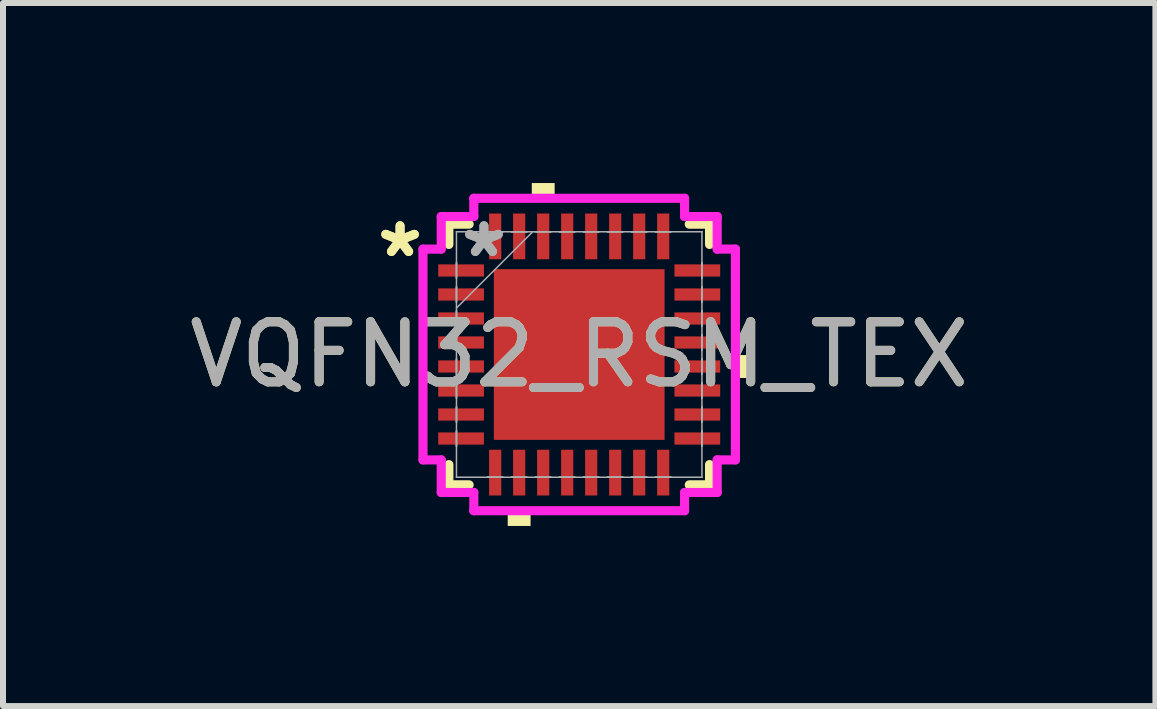
<source format=kicad_pcb>
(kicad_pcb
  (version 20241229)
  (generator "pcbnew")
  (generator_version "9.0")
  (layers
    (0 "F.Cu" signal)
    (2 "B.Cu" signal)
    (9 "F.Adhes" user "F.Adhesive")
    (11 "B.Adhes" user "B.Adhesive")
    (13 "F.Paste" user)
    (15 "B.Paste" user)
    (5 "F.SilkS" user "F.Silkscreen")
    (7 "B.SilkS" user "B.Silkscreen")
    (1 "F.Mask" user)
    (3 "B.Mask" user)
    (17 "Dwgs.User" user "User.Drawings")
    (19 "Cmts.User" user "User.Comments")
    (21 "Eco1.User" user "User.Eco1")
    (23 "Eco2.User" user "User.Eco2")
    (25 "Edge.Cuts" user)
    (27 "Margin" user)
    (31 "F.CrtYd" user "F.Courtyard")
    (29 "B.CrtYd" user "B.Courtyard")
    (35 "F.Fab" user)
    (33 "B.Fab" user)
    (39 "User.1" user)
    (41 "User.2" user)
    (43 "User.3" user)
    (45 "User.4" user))
  (footprint "VQFN32_RSM_TEX"
    (layer "F.Cu")
    (at 6.601 2.857)
    (property "Reference" "VQFN32_RSM_TEX" (at 0 0 0) (unlocked yes) (layer "F.SilkS") (effects (font (size 1 1) (thickness 0.15))))
    (attr smd)
    (fp_line (start -2.172 -2.172) (end -2.172 -1.834) (stroke (width 0.152) (type solid)) (layer "F.SilkS"))
    (fp_line (start -2.172 1.834) (end -2.172 2.172) (stroke (width 0.152) (type solid)) (layer "F.SilkS"))
    (fp_line (start -2.172 2.172) (end -1.834 2.172) (stroke (width 0.152) (type solid)) (layer "F.SilkS"))
    (fp_line (start -1.834 -2.172) (end -2.172 -2.172) (stroke (width 0.152) (type solid)) (layer "F.SilkS"))
    (fp_line (start 1.834 2.172) (end 2.172 2.172) (stroke (width 0.152) (type solid)) (layer "F.SilkS"))
    (fp_line (start 2.172 -2.172) (end 1.834 -2.172) (stroke (width 0.152) (type solid)) (layer "F.SilkS"))
    (fp_line (start 2.172 -1.834) (end 2.172 -2.172) (stroke (width 0.152) (type solid)) (layer "F.SilkS"))
    (fp_line (start 2.172 2.172) (end 2.172 1.834) (stroke (width 0.152) (type solid)) (layer "F.SilkS"))
    (fp_poly (pts (xy -1.191 2.603) (xy -1.191 2.857) (xy -0.81 2.857) (xy -0.81 2.603)) (stroke (width 0) (type solid)) (fill yes) (layer "F.SilkS"))
    (fp_poly (pts (xy -0.79 -2.603) (xy -0.79 -2.857) (xy -0.409 -2.857) (xy -0.409 -2.603)) (stroke (width 0) (type solid)) (fill yes) (layer "F.SilkS"))
    (fp_poly (pts (xy 2.857 0.009) (xy 2.857 0.391) (xy 2.603 0.391) (xy 2.603 0.009)) (stroke (width 0) (type solid)) (fill yes) (layer "F.SilkS"))
    (fp_poly (pts (xy -1.322 -1.322) (xy -1.322 -0.1) (xy -0.1 -0.1) (xy -0.1 -1.322)) (stroke (width 0) (type solid)) (fill yes) (layer "F.Paste"))
    (fp_poly (pts (xy -1.322 0.1) (xy -1.322 1.322) (xy -0.1 1.322) (xy -0.1 0.1)) (stroke (width 0) (type solid)) (fill yes) (layer "F.Paste"))
    (fp_poly (pts (xy 0.1 -1.322) (xy 0.1 -0.1) (xy 1.322 -0.1) (xy 1.322 -1.322)) (stroke (width 0) (type solid)) (fill yes) (layer "F.Paste"))
    (fp_poly (pts (xy 0.1 0.1) (xy 0.1 1.322) (xy 1.322 1.322) (xy 1.322 0.1)) (stroke (width 0) (type solid)) (fill yes) (layer "F.Paste"))
    (fp_line (start -2.603 -1.756) (end -2.299 -1.756) (stroke (width 0.152) (type solid)) (layer "F.CrtYd"))
    (fp_line (start -2.603 1.756) (end -2.603 -1.756) (stroke (width 0.152) (type solid)) (layer "F.CrtYd"))
    (fp_line (start -2.299 -2.299) (end -1.756 -2.299) (stroke (width 0.152) (type solid)) (layer "F.CrtYd"))
    (fp_line (start -2.299 -1.756) (end -2.299 -2.299) (stroke (width 0.152) (type solid)) (layer "F.CrtYd"))
    (fp_line (start -2.299 1.756) (end -2.603 1.756) (stroke (width 0.152) (type solid)) (layer "F.CrtYd"))
    (fp_line (start -2.299 2.299) (end -2.299 1.756) (stroke (width 0.152) (type solid)) (layer "F.CrtYd"))
    (fp_line (start -1.756 -2.603) (end 1.756 -2.603) (stroke (width 0.152) (type solid)) (layer "F.CrtYd"))
    (fp_line (start -1.756 -2.299) (end -1.756 -2.603) (stroke (width 0.152) (type solid)) (layer "F.CrtYd"))
    (fp_line (start -1.756 2.299) (end -2.299 2.299) (stroke (width 0.152) (type solid)) (layer "F.CrtYd"))
    (fp_line (start -1.756 2.603) (end -1.756 2.299) (stroke (width 0.152) (type solid)) (layer "F.CrtYd"))
    (fp_line (start 1.756 -2.603) (end 1.756 -2.299) (stroke (width 0.152) (type solid)) (layer "F.CrtYd"))
    (fp_line (start 1.756 -2.299) (end 2.299 -2.299) (stroke (width 0.152) (type solid)) (layer "F.CrtYd"))
    (fp_line (start 1.756 2.299) (end 1.756 2.603) (stroke (width 0.152) (type solid)) (layer "F.CrtYd"))
    (fp_line (start 1.756 2.603) (end -1.756 2.603) (stroke (width 0.152) (type solid)) (layer "F.CrtYd"))
    (fp_line (start 2.299 -2.299) (end 2.299 -1.756) (stroke (width 0.152) (type solid)) (layer "F.CrtYd"))
    (fp_line (start 2.299 -1.756) (end 2.603 -1.756) (stroke (width 0.152) (type solid)) (layer "F.CrtYd"))
    (fp_line (start 2.299 1.756) (end 2.299 2.299) (stroke (width 0.152) (type solid)) (layer "F.CrtYd"))
    (fp_line (start 2.299 2.299) (end 1.756 2.299) (stroke (width 0.152) (type solid)) (layer "F.CrtYd"))
    (fp_line (start 2.603 -1.756) (end 2.603 1.756) (stroke (width 0.152) (type solid)) (layer "F.CrtYd"))
    (fp_line (start 2.603 1.756) (end 2.299 1.756) (stroke (width 0.152) (type solid)) (layer "F.CrtYd"))
    (fp_line (start -2.045 -2.045) (end -2.045 -2.045) (stroke (width 0.025) (type solid)) (layer "F.Fab"))
    (fp_line (start -2.045 -2.045) (end -2.045 2.045) (stroke (width 0.025) (type solid)) (layer "F.Fab"))
    (fp_line (start -2.045 -1.527) (end -2.045 -1.527) (stroke (width 0.025) (type solid)) (layer "F.Fab"))
    (fp_line (start -2.045 -1.527) (end -2.045 -1.273) (stroke (width 0.025) (type solid)) (layer "F.Fab"))
    (fp_line (start -2.045 -1.273) (end -2.045 -1.527) (stroke (width 0.025) (type solid)) (layer "F.Fab"))
    (fp_line (start -2.045 -1.273) (end -2.045 -1.273) (stroke (width 0.025) (type solid)) (layer "F.Fab"))
    (fp_line (start -2.045 -1.127) (end -2.045 -1.127) (stroke (width 0.025) (type solid)) (layer "F.Fab"))
    (fp_line (start -2.045 -1.127) (end -2.045 -0.873) (stroke (width 0.025) (type solid)) (layer "F.Fab"))
    (fp_line (start -2.045 -0.873) (end -2.045 -1.127) (stroke (width 0.025) (type solid)) (layer "F.Fab"))
    (fp_line (start -2.045 -0.873) (end -2.045 -0.873) (stroke (width 0.025) (type solid)) (layer "F.Fab"))
    (fp_line (start -2.045 -0.775) (end -0.775 -2.045) (stroke (width 0.025) (type solid)) (layer "F.Fab"))
    (fp_line (start -2.045 -0.727) (end -2.045 -0.727) (stroke (width 0.025) (type solid)) (layer "F.Fab"))
    (fp_line (start -2.045 -0.727) (end -2.045 -0.473) (stroke (width 0.025) (type solid)) (layer "F.Fab"))
    (fp_line (start -2.045 -0.473) (end -2.045 -0.727) (stroke (width 0.025) (type solid)) (layer "F.Fab"))
    (fp_line (start -2.045 -0.473) (end -2.045 -0.473) (stroke (width 0.025) (type solid)) (layer "F.Fab"))
    (fp_line (start -2.045 -0.327) (end -2.045 -0.327) (stroke (width 0.025) (type solid)) (layer "F.Fab"))
    (fp_line (start -2.045 -0.327) (end -2.045 -0.073) (stroke (width 0.025) (type solid)) (layer "F.Fab"))
    (fp_line (start -2.045 -0.073) (end -2.045 -0.327) (stroke (width 0.025) (type solid)) (layer "F.Fab"))
    (fp_line (start -2.045 -0.073) (end -2.045 -0.073) (stroke (width 0.025) (type solid)) (layer "F.Fab"))
    (fp_line (start -2.045 0.073) (end -2.045 0.073) (stroke (width 0.025) (type solid)) (layer "F.Fab"))
    (fp_line (start -2.045 0.073) (end -2.045 0.327) (stroke (width 0.025) (type solid)) (layer "F.Fab"))
    (fp_line (start -2.045 0.327) (end -2.045 0.073) (stroke (width 0.025) (type solid)) (layer "F.Fab"))
    (fp_line (start -2.045 0.327) (end -2.045 0.327) (stroke (width 0.025) (type solid)) (layer "F.Fab"))
    (fp_line (start -2.045 0.473) (end -2.045 0.473) (stroke (width 0.025) (type solid)) (layer "F.Fab"))
    (fp_line (start -2.045 0.473) (end -2.045 0.727) (stroke (width 0.025) (type solid)) (layer "F.Fab"))
    (fp_line (start -2.045 0.727) (end -2.045 0.473) (stroke (width 0.025) (type solid)) (layer "F.Fab"))
    (fp_line (start -2.045 0.727) (end -2.045 0.727) (stroke (width 0.025) (type solid)) (layer "F.Fab"))
    (fp_line (start -2.045 0.873) (end -2.045 0.873) (stroke (width 0.025) (type solid)) (layer "F.Fab"))
    (fp_line (start -2.045 0.873) (end -2.045 1.127) (stroke (width 0.025) (type solid)) (layer "F.Fab"))
    (fp_line (start -2.045 1.127) (end -2.045 0.873) (stroke (width 0.025) (type solid)) (layer "F.Fab"))
    (fp_line (start -2.045 1.127) (end -2.045 1.127) (stroke (width 0.025) (type solid)) (layer "F.Fab"))
    (fp_line (start -2.045 1.273) (end -2.045 1.273) (stroke (width 0.025) (type solid)) (layer "F.Fab"))
    (fp_line (start -2.045 1.273) (end -2.045 1.527) (stroke (width 0.025) (type solid)) (layer "F.Fab"))
    (fp_line (start -2.045 1.527) (end -2.045 1.273) (stroke (width 0.025) (type solid)) (layer "F.Fab"))
    (fp_line (start -2.045 1.527) (end -2.045 1.527) (stroke (width 0.025) (type solid)) (layer "F.Fab"))
    (fp_line (start -2.045 2.045) (end -2.045 2.045) (stroke (width 0.025) (type solid)) (layer "F.Fab"))
    (fp_line (start -2.045 2.045) (end 2.045 2.045) (stroke (width 0.025) (type solid)) (layer "F.Fab"))
    (fp_line (start -1.527 -2.045) (end -1.527 -2.045) (stroke (width 0.025) (type solid)) (layer "F.Fab"))
    (fp_line (start -1.527 -2.045) (end -1.273 -2.045) (stroke (width 0.025) (type solid)) (layer "F.Fab"))
    (fp_line (start -1.527 2.045) (end -1.527 2.045) (stroke (width 0.025) (type solid)) (layer "F.Fab"))
    (fp_line (start -1.527 2.045) (end -1.273 2.045) (stroke (width 0.025) (type solid)) (layer "F.Fab"))
    (fp_line (start -1.273 -2.045) (end -1.527 -2.045) (stroke (width 0.025) (type solid)) (layer "F.Fab"))
    (fp_line (start -1.273 -2.045) (end -1.273 -2.045) (stroke (width 0.025) (type solid)) (layer "F.Fab"))
    (fp_line (start -1.273 2.045) (end -1.527 2.045) (stroke (width 0.025) (type solid)) (layer "F.Fab"))
    (fp_line (start -1.273 2.045) (end -1.273 2.045) (stroke (width 0.025) (type solid)) (layer "F.Fab"))
    (fp_line (start -1.127 -2.045) (end -1.127 -2.045) (stroke (width 0.025) (type solid)) (layer "F.Fab"))
    (fp_line (start -1.127 -2.045) (end -0.873 -2.045) (stroke (width 0.025) (type solid)) (layer "F.Fab"))
    (fp_line (start -1.127 2.045) (end -1.127 2.045) (stroke (width 0.025) (type solid)) (layer "F.Fab"))
    (fp_line (start -1.127 2.045) (end -0.873 2.045) (stroke (width 0.025) (type solid)) (layer "F.Fab"))
    (fp_line (start -0.873 -2.045) (end -1.127 -2.045) (stroke (width 0.025) (type solid)) (layer "F.Fab"))
    (fp_line (start -0.873 -2.045) (end -0.873 -2.045) (stroke (width 0.025) (type solid)) (layer "F.Fab"))
    (fp_line (start -0.873 2.045) (end -1.127 2.045) (stroke (width 0.025) (type solid)) (layer "F.Fab"))
    (fp_line (start -0.873 2.045) (end -0.873 2.045) (stroke (width 0.025) (type solid)) (layer "F.Fab"))
    (fp_line (start -0.727 -2.045) (end -0.727 -2.045) (stroke (width 0.025) (type solid)) (layer "F.Fab"))
    (fp_line (start -0.727 -2.045) (end -0.473 -2.045) (stroke (width 0.025) (type solid)) (layer "F.Fab"))
    (fp_line (start -0.727 2.045) (end -0.727 2.045) (stroke (width 0.025) (type solid)) (layer "F.Fab"))
    (fp_line (start -0.727 2.045) (end -0.473 2.045) (stroke (width 0.025) (type solid)) (layer "F.Fab"))
    (fp_line (start -0.473 -2.045) (end -0.727 -2.045) (stroke (width 0.025) (type solid)) (layer "F.Fab"))
    (fp_line (start -0.473 -2.045) (end -0.473 -2.045) (stroke (width 0.025) (type solid)) (layer "F.Fab"))
    (fp_line (start -0.473 2.045) (end -0.727 2.045) (stroke (width 0.025) (type solid)) (layer "F.Fab"))
    (fp_line (start -0.473 2.045) (end -0.473 2.045) (stroke (width 0.025) (type solid)) (layer "F.Fab"))
    (fp_line (start -0.327 -2.045) (end -0.327 -2.045) (stroke (width 0.025) (type solid)) (layer "F.Fab"))
    (fp_line (start -0.327 -2.045) (end -0.073 -2.045) (stroke (width 0.025) (type solid)) (layer "F.Fab"))
    (fp_line (start -0.327 2.045) (end -0.327 2.045) (stroke (width 0.025) (type solid)) (layer "F.Fab"))
    (fp_line (start -0.327 2.045) (end -0.073 2.045) (stroke (width 0.025) (type solid)) (layer "F.Fab"))
    (fp_line (start -0.073 -2.045) (end -0.327 -2.045) (stroke (width 0.025) (type solid)) (layer "F.Fab"))
    (fp_line (start -0.073 -2.045) (end -0.073 -2.045) (stroke (width 0.025) (type solid)) (layer "F.Fab"))
    (fp_line (start -0.073 2.045) (end -0.327 2.045) (stroke (width 0.025) (type solid)) (layer "F.Fab"))
    (fp_line (start -0.073 2.045) (end -0.073 2.045) (stroke (width 0.025) (type solid)) (layer "F.Fab"))
    (fp_line (start 0.073 -2.045) (end 0.073 -2.045) (stroke (width 0.025) (type solid)) (layer "F.Fab"))
    (fp_line (start 0.073 -2.045) (end 0.327 -2.045) (stroke (width 0.025) (type solid)) (layer "F.Fab"))
    (fp_line (start 0.073 2.045) (end 0.073 2.045) (stroke (width 0.025) (type solid)) (layer "F.Fab"))
    (fp_line (start 0.073 2.045) (end 0.327 2.045) (stroke (width 0.025) (type solid)) (layer "F.Fab"))
    (fp_line (start 0.327 -2.045) (end 0.073 -2.045) (stroke (width 0.025) (type solid)) (layer "F.Fab"))
    (fp_line (start 0.327 -2.045) (end 0.327 -2.045) (stroke (width 0.025) (type solid)) (layer "F.Fab"))
    (fp_line (start 0.327 2.045) (end 0.073 2.045) (stroke (width 0.025) (type solid)) (layer "F.Fab"))
    (fp_line (start 0.327 2.045) (end 0.327 2.045) (stroke (width 0.025) (type solid)) (layer "F.Fab"))
    (fp_line (start 0.473 -2.045) (end 0.473 -2.045) (stroke (width 0.025) (type solid)) (layer "F.Fab"))
    (fp_line (start 0.473 -2.045) (end 0.727 -2.045) (stroke (width 0.025) (type solid)) (layer "F.Fab"))
    (fp_line (start 0.473 2.045) (end 0.473 2.045) (stroke (width 0.025) (type solid)) (layer "F.Fab"))
    (fp_line (start 0.473 2.045) (end 0.727 2.045) (stroke (width 0.025) (type solid)) (layer "F.Fab"))
    (fp_line (start 0.727 -2.045) (end 0.473 -2.045) (stroke (width 0.025) (type solid)) (layer "F.Fab"))
    (fp_line (start 0.727 -2.045) (end 0.727 -2.045) (stroke (width 0.025) (type solid)) (layer "F.Fab"))
    (fp_line (start 0.727 2.045) (end 0.473 2.045) (stroke (width 0.025) (type solid)) (layer "F.Fab"))
    (fp_line (start 0.727 2.045) (end 0.727 2.045) (stroke (width 0.025) (type solid)) (layer "F.Fab"))
    (fp_line (start 0.873 -2.045) (end 0.873 -2.045) (stroke (width 0.025) (type solid)) (layer "F.Fab"))
    (fp_line (start 0.873 -2.045) (end 1.127 -2.045) (stroke (width 0.025) (type solid)) (layer "F.Fab"))
    (fp_line (start 0.873 2.045) (end 0.873 2.045) (stroke (width 0.025) (type solid)) (layer "F.Fab"))
    (fp_line (start 0.873 2.045) (end 1.127 2.045) (stroke (width 0.025) (type solid)) (layer "F.Fab"))
    (fp_line (start 1.127 -2.045) (end 0.873 -2.045) (stroke (width 0.025) (type solid)) (layer "F.Fab"))
    (fp_line (start 1.127 -2.045) (end 1.127 -2.045) (stroke (width 0.025) (type solid)) (layer "F.Fab"))
    (fp_line (start 1.127 2.045) (end 0.873 2.045) (stroke (width 0.025) (type solid)) (layer "F.Fab"))
    (fp_line (start 1.127 2.045) (end 1.127 2.045) (stroke (width 0.025) (type solid)) (layer "F.Fab"))
    (fp_line (start 1.273 -2.045) (end 1.273 -2.045) (stroke (width 0.025) (type solid)) (layer "F.Fab"))
    (fp_line (start 1.273 -2.045) (end 1.527 -2.045) (stroke (width 0.025) (type solid)) (layer "F.Fab"))
    (fp_line (start 1.273 2.045) (end 1.273 2.045) (stroke (width 0.025) (type solid)) (layer "F.Fab"))
    (fp_line (start 1.273 2.045) (end 1.527 2.045) (stroke (width 0.025) (type solid)) (layer "F.Fab"))
    (fp_line (start 1.527 -2.045) (end 1.273 -2.045) (stroke (width 0.025) (type solid)) (layer "F.Fab"))
    (fp_line (start 1.527 -2.045) (end 1.527 -2.045) (stroke (width 0.025) (type solid)) (layer "F.Fab"))
    (fp_line (start 1.527 2.045) (end 1.273 2.045) (stroke (width 0.025) (type solid)) (layer "F.Fab"))
    (fp_line (start 1.527 2.045) (end 1.527 2.045) (stroke (width 0.025) (type solid)) (layer "F.Fab"))
    (fp_line (start 2.045 -2.045) (end -2.045 -2.045) (stroke (width 0.025) (type solid)) (layer "F.Fab"))
    (fp_line (start 2.045 -2.045) (end 2.045 -2.045) (stroke (width 0.025) (type solid)) (layer "F.Fab"))
    (fp_line (start 2.045 -1.527) (end 2.045 -1.527) (stroke (width 0.025) (type solid)) (layer "F.Fab"))
    (fp_line (start 2.045 -1.527) (end 2.045 -1.273) (stroke (width 0.025) (type solid)) (layer "F.Fab"))
    (fp_line (start 2.045 -1.273) (end 2.045 -1.527) (stroke (width 0.025) (type solid)) (layer "F.Fab"))
    (fp_line (start 2.045 -1.273) (end 2.045 -1.273) (stroke (width 0.025) (type solid)) (layer "F.Fab"))
    (fp_line (start 2.045 -1.127) (end 2.045 -1.127) (stroke (width 0.025) (type solid)) (layer "F.Fab"))
    (fp_line (start 2.045 -1.127) (end 2.045 -0.873) (stroke (width 0.025) (type solid)) (layer "F.Fab"))
    (fp_line (start 2.045 -0.873) (end 2.045 -1.127) (stroke (width 0.025) (type solid)) (layer "F.Fab"))
    (fp_line (start 2.045 -0.873) (end 2.045 -0.873) (stroke (width 0.025) (type solid)) (layer "F.Fab"))
    (fp_line (start 2.045 -0.727) (end 2.045 -0.727) (stroke (width 0.025) (type solid)) (layer "F.Fab"))
    (fp_line (start 2.045 -0.727) (end 2.045 -0.473) (stroke (width 0.025) (type solid)) (layer "F.Fab"))
    (fp_line (start 2.045 -0.473) (end 2.045 -0.727) (stroke (width 0.025) (type solid)) (layer "F.Fab"))
    (fp_line (start 2.045 -0.473) (end 2.045 -0.473) (stroke (width 0.025) (type solid)) (layer "F.Fab"))
    (fp_line (start 2.045 -0.327) (end 2.045 -0.327) (stroke (width 0.025) (type solid)) (layer "F.Fab"))
    (fp_line (start 2.045 -0.327) (end 2.045 -0.073) (stroke (width 0.025) (type solid)) (layer "F.Fab"))
    (fp_line (start 2.045 -0.073) (end 2.045 -0.327) (stroke (width 0.025) (type solid)) (layer "F.Fab"))
    (fp_line (start 2.045 -0.073) (end 2.045 -0.073) (stroke (width 0.025) (type solid)) (layer "F.Fab"))
    (fp_line (start 2.045 0.073) (end 2.045 0.073) (stroke (width 0.025) (type solid)) (layer "F.Fab"))
    (fp_line (start 2.045 0.073) (end 2.045 0.327) (stroke (width 0.025) (type solid)) (layer "F.Fab"))
    (fp_line (start 2.045 0.327) (end 2.045 0.073) (stroke (width 0.025) (type solid)) (layer "F.Fab"))
    (fp_line (start 2.045 0.327) (end 2.045 0.327) (stroke (width 0.025) (type solid)) (layer "F.Fab"))
    (fp_line (start 2.045 0.473) (end 2.045 0.473) (stroke (width 0.025) (type solid)) (layer "F.Fab"))
    (fp_line (start 2.045 0.473) (end 2.045 0.727) (stroke (width 0.025) (type solid)) (layer "F.Fab"))
    (fp_line (start 2.045 0.727) (end 2.045 0.473) (stroke (width 0.025) (type solid)) (layer "F.Fab"))
    (fp_line (start 2.045 0.727) (end 2.045 0.727) (stroke (width 0.025) (type solid)) (layer "F.Fab"))
    (fp_line (start 2.045 0.873) (end 2.045 0.873) (stroke (width 0.025) (type solid)) (layer "F.Fab"))
    (fp_line (start 2.045 0.873) (end 2.045 1.127) (stroke (width 0.025) (type solid)) (layer "F.Fab"))
    (fp_line (start 2.045 1.127) (end 2.045 0.873) (stroke (width 0.025) (type solid)) (layer "F.Fab"))
    (fp_line (start 2.045 1.127) (end 2.045 1.127) (stroke (width 0.025) (type solid)) (layer "F.Fab"))
    (fp_line (start 2.045 1.273) (end 2.045 1.273) (stroke (width 0.025) (type solid)) (layer "F.Fab"))
    (fp_line (start 2.045 1.273) (end 2.045 1.527) (stroke (width 0.025) (type solid)) (layer "F.Fab"))
    (fp_line (start 2.045 1.527) (end 2.045 1.273) (stroke (width 0.025) (type solid)) (layer "F.Fab"))
    (fp_line (start 2.045 1.527) (end 2.045 1.527) (stroke (width 0.025) (type solid)) (layer "F.Fab"))
    (fp_line (start 2.045 2.045) (end 2.045 -2.045) (stroke (width 0.025) (type solid)) (layer "F.Fab"))
    (fp_line (start 2.045 2.045) (end 2.045 2.045) (stroke (width 0.025) (type solid)) (layer "F.Fab"))
    (fp_text user "*" (at -2.985 -1.6 0) (unlocked yes) (layer "F.SilkS") (effects (font (size 1 1) (thickness 0.15))))
    (fp_text user "*" (at -2.985 -1.6 0) (layer "F.SilkS") (effects (font (size 1 1) (thickness 0.15))))
    (fp_text user "*" (at -1.587 -1.6 0) (layer "F.Fab") (effects (font (size 1 1) (thickness 0.15))))
    (fp_text user "*" (at -1.587 -1.6 0) (unlocked yes) (layer "F.Fab") (effects (font (size 1 1) (thickness 0.15))))
    (fp_text user "${REFERENCE}" (at 0 0 0) (unlocked yes) (layer "F.Fab") (effects (font (size 1 1) (thickness 0.15))))
    (pad "1" smd rect (at -1.968 -1.4 90) (size 0.203 0.762) (layers "F.Cu" "F.Mask" "F.Paste"))
    (pad "2" smd rect (at -1.968 -1 90) (size 0.203 0.762) (layers "F.Cu" "F.Mask" "F.Paste"))
    (pad "3" smd rect (at -1.968 -0.6 90) (size 0.203 0.762) (layers "F.Cu" "F.Mask" "F.Paste"))
    (pad "4" smd rect (at -1.968 -0.2 90) (size 0.203 0.762) (layers "F.Cu" "F.Mask" "F.Paste"))
    (pad "5" smd rect (at -1.968 0.2 90) (size 0.203 0.762) (layers "F.Cu" "F.Mask" "F.Paste"))
    (pad "6" smd rect (at -1.968 0.6 90) (size 0.203 0.762) (layers "F.Cu" "F.Mask" "F.Paste"))
    (pad "7" smd rect (at -1.968 1 90) (size 0.203 0.762) (layers "F.Cu" "F.Mask" "F.Paste"))
    (pad "8" smd rect (at -1.968 1.4 90) (size 0.203 0.762) (layers "F.Cu" "F.Mask" "F.Paste"))
    (pad "9" smd rect (at -1.4 1.968) (size 0.203 0.762) (layers "F.Cu" "F.Mask" "F.Paste"))
    (pad "10" smd rect (at -1 1.968) (size 0.203 0.762) (layers "F.Cu" "F.Mask" "F.Paste"))
    (pad "11" smd rect (at -0.6 1.968) (size 0.203 0.762) (layers "F.Cu" "F.Mask" "F.Paste"))
    (pad "12" smd rect (at -0.2 1.968) (size 0.203 0.762) (layers "F.Cu" "F.Mask" "F.Paste"))
    (pad "13" smd rect (at 0.2 1.968) (size 0.203 0.762) (layers "F.Cu" "F.Mask" "F.Paste"))
    (pad "14" smd rect (at 0.6 1.968) (size 0.203 0.762) (layers "F.Cu" "F.Mask" "F.Paste"))
    (pad "15" smd rect (at 1 1.968) (size 0.203 0.762) (layers "F.Cu" "F.Mask" "F.Paste"))
    (pad "16" smd rect (at 1.4 1.968) (size 0.203 0.762) (layers "F.Cu" "F.Mask" "F.Paste"))
    (pad "17" smd rect (at 1.968 1.4 90) (size 0.203 0.762) (layers "F.Cu" "F.Mask" "F.Paste"))
    (pad "18" smd rect (at 1.968 1 90) (size 0.203 0.762) (layers "F.Cu" "F.Mask" "F.Paste"))
    (pad "19" smd rect (at 1.968 0.6 90) (size 0.203 0.762) (layers "F.Cu" "F.Mask" "F.Paste"))
    (pad "20" smd rect (at 1.968 0.2 90) (size 0.203 0.762) (layers "F.Cu" "F.Mask" "F.Paste"))
    (pad "21" smd rect (at 1.968 -0.2 90) (size 0.203 0.762) (layers "F.Cu" "F.Mask" "F.Paste"))
    (pad "22" smd rect (at 1.968 -0.6 90) (size 0.203 0.762) (layers "F.Cu" "F.Mask" "F.Paste"))
    (pad "23" smd rect (at 1.968 -1 90) (size 0.203 0.762) (layers "F.Cu" "F.Mask" "F.Paste"))
    (pad "24" smd rect (at 1.968 -1.4 90) (size 0.203 0.762) (layers "F.Cu" "F.Mask" "F.Paste"))
    (pad "25" smd rect (at 1.4 -1.968) (size 0.203 0.762) (layers "F.Cu" "F.Mask" "F.Paste"))
    (pad "26" smd rect (at 1 -1.968) (size 0.203 0.762) (layers "F.Cu" "F.Mask" "F.Paste"))
    (pad "27" smd rect (at 0.6 -1.968) (size 0.203 0.762) (layers "F.Cu" "F.Mask" "F.Paste"))
    (pad "28" smd rect (at 0.2 -1.968) (size 0.203 0.762) (layers "F.Cu" "F.Mask" "F.Paste"))
    (pad "29" smd rect (at -0.2 -1.968) (size 0.203 0.762) (layers "F.Cu" "F.Mask" "F.Paste"))
    (pad "30" smd rect (at -0.6 -1.968) (size 0.203 0.762) (layers "F.Cu" "F.Mask" "F.Paste"))
    (pad "31" smd rect (at -1 -1.968) (size 0.203 0.762) (layers "F.Cu" "F.Mask" "F.Paste"))
    (pad "32" smd rect (at -1.4 -1.968) (size 0.203 0.762) (layers "F.Cu" "F.Mask" "F.Paste"))
    (pad "33" smd rect (at 0 0) (size 2.845 2.845) (layers "F.Cu" "F.Mask" "F.Paste")))
  (gr_rect
    (start -3 -3)
    (end 16.202 8.715)
    (stroke (width 0.1) (type default))
    (fill no)
    (layer "Edge.Cuts")))
</source>
